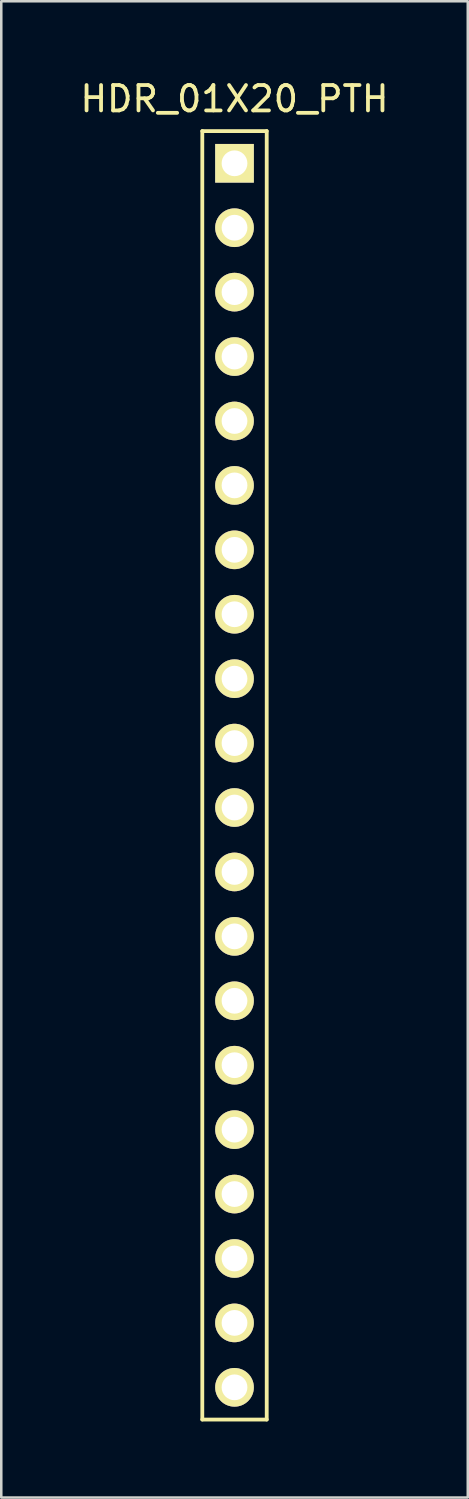
<source format=kicad_pcb>
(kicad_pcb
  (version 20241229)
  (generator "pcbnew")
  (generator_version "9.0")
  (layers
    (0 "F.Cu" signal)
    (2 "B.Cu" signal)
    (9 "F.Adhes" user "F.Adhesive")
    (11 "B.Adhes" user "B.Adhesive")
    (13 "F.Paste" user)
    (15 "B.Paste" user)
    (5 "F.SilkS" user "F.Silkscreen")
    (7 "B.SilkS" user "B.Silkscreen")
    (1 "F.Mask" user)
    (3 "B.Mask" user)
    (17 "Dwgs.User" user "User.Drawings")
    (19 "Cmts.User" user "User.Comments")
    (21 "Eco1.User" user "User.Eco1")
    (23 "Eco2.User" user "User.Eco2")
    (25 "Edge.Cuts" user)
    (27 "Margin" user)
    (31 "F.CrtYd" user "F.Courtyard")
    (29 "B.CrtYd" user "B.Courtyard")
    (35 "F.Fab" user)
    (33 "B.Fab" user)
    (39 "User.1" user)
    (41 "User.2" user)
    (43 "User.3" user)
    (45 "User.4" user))
  (footprint "HDR_01X20_PTH"
    (layer "F.Cu")
    (at 6.196 26.248)
    (property "Reference" "HDR_01X20_PTH" (at 0 -25.4 0) (layer "F.SilkS") (effects (font (size 1 1) (thickness 0.15))))
    (attr through_hole)
    (fp_line (start -1.27 -24.13) (end 1.27 -24.13) (stroke (width 0.15) (type solid)) (layer "F.SilkS"))
    (fp_line (start -1.27 26.67) (end -1.27 -24.13) (stroke (width 0.15) (type solid)) (layer "F.SilkS"))
    (fp_line (start 1.27 -24.13) (end 1.27 26.67) (stroke (width 0.15) (type solid)) (layer "F.SilkS"))
    (fp_line (start 1.27 26.67) (end -1.27 26.67) (stroke (width 0.15) (type solid)) (layer "F.SilkS"))
    (pad "1" thru_hole rect (at 0 -22.86) (size 1.524 1.524) (drill 1.016) (layers "*.Cu" "*.Mask" "F.SilkS"))
    (pad "2" thru_hole circle (at 0 -20.32) (size 1.524 1.524) (drill 1.016) (layers "*.Cu" "*.Mask" "F.SilkS"))
    (pad "3" thru_hole circle (at 0 -17.78) (size 1.524 1.524) (drill 1.016) (layers "*.Cu" "*.Mask" "F.SilkS"))
    (pad "4" thru_hole circle (at 0 -15.24) (size 1.524 1.524) (drill 1.016) (layers "*.Cu" "*.Mask" "F.SilkS"))
    (pad "5" thru_hole circle (at 0 -12.7) (size 1.524 1.524) (drill 1.016) (layers "*.Cu" "*.Mask" "F.SilkS"))
    (pad "6" thru_hole circle (at 0 -10.16) (size 1.524 1.524) (drill 1.016) (layers "*.Cu" "*.Mask" "F.SilkS"))
    (pad "7" thru_hole circle (at 0 -7.62) (size 1.524 1.524) (drill 1.016) (layers "*.Cu" "*.Mask" "F.SilkS"))
    (pad "8" thru_hole circle (at 0 -5.08) (size 1.524 1.524) (drill 1.016) (layers "*.Cu" "*.Mask" "F.SilkS"))
    (pad "9" thru_hole circle (at 0 -2.54) (size 1.524 1.524) (drill 1.016) (layers "*.Cu" "*.Mask" "F.SilkS"))
    (pad "10" thru_hole circle (at 0 0) (size 1.524 1.524) (drill 1.016) (layers "*.Cu" "*.Mask" "F.SilkS"))
    (pad "11" thru_hole circle (at 0 2.54) (size 1.524 1.524) (drill 1.016) (layers "*.Cu" "*.Mask" "F.SilkS"))
    (pad "12" thru_hole circle (at 0 5.08) (size 1.524 1.524) (drill 1.016) (layers "*.Cu" "*.Mask" "F.SilkS"))
    (pad "13" thru_hole circle (at 0 7.62) (size 1.524 1.524) (drill 1.016) (layers "*.Cu" "*.Mask" "F.SilkS"))
    (pad "14" thru_hole circle (at 0 10.16) (size 1.524 1.524) (drill 1.016) (layers "*.Cu" "*.Mask" "F.SilkS"))
    (pad "15" thru_hole circle (at 0 12.7) (size 1.524 1.524) (drill 1.016) (layers "*.Cu" "*.Mask" "F.SilkS"))
    (pad "16" thru_hole circle (at 0 15.24) (size 1.524 1.524) (drill 1.016) (layers "*.Cu" "*.Mask" "F.SilkS"))
    (pad "17" thru_hole circle (at 0 17.78) (size 1.524 1.524) (drill 1.016) (layers "*.Cu" "*.Mask" "F.SilkS"))
    (pad "18" thru_hole circle (at 0 20.32) (size 1.524 1.524) (drill 1.016) (layers "*.Cu" "*.Mask" "F.SilkS"))
    (pad "19" thru_hole circle (at 0 22.86) (size 1.524 1.524) (drill 1.016) (layers "*.Cu" "*.Mask" "F.SilkS"))
    (pad "20" thru_hole circle (at 0 25.4) (size 1.524 1.524) (drill 1.016) (layers "*.Cu" "*.Mask" "F.SilkS")))
  (gr_rect
    (start -3 -3)
    (end 15.393 55.993)
    (stroke (width 0.1) (type default))
    (fill no)
    (layer "Edge.Cuts")))
</source>
